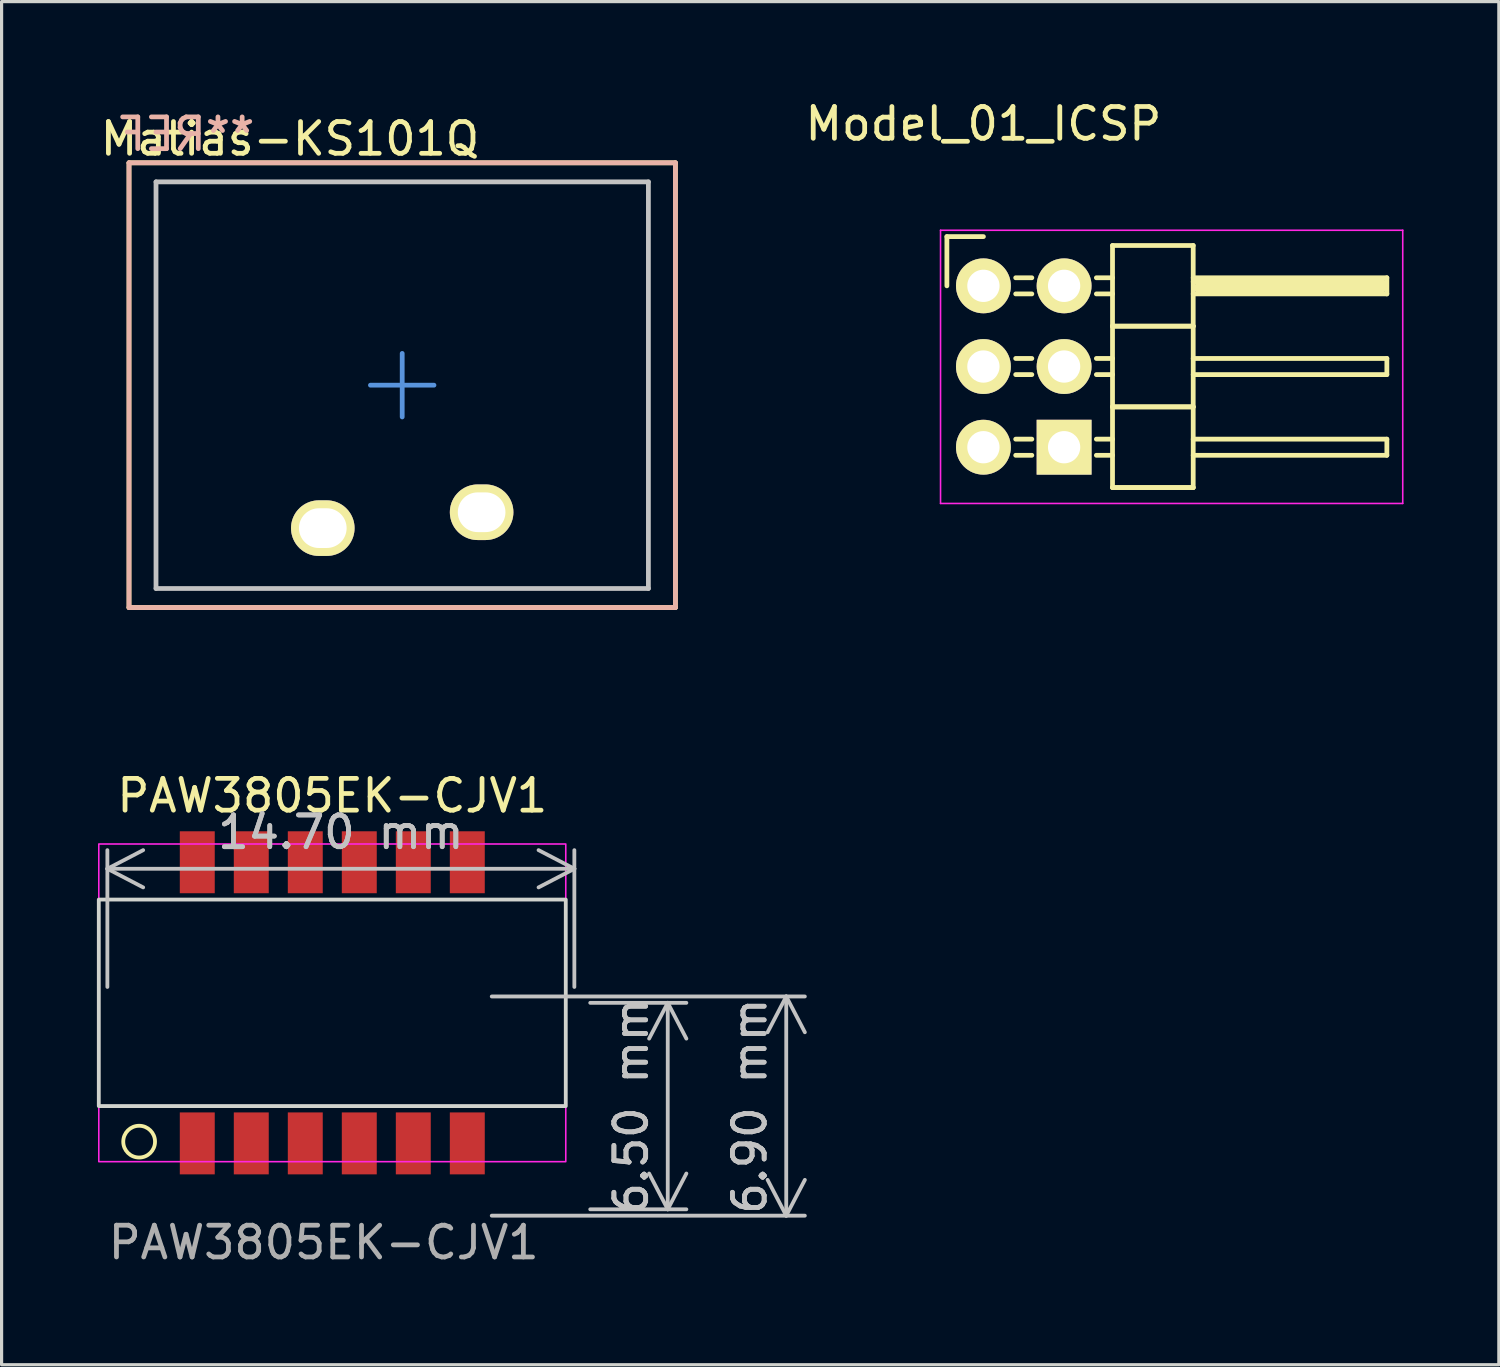
<source format=kicad_pcb>
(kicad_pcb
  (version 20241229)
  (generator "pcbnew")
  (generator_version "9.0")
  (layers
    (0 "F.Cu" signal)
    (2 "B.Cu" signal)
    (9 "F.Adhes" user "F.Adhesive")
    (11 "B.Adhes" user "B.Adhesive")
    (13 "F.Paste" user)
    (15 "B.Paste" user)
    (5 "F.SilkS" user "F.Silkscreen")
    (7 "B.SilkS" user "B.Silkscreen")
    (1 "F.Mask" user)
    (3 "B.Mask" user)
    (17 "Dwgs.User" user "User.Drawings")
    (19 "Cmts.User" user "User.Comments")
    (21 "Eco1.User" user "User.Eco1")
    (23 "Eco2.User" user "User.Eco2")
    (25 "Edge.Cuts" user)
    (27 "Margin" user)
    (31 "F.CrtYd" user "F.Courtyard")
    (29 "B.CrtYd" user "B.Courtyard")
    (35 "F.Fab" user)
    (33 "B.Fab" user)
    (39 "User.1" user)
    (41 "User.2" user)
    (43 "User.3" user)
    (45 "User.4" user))
  (footprint "PAW3805EK-CJV1"
    (layer "F.Cu")
    (at 7.41 28.518)
    (property "Reference" "PAW3805EK-CJV1" (at 0 -6.52 0) (unlocked yes) (layer "F.SilkS") (effects (font (size 1 1) (thickness 0.15))))
    (attr smd)
    (fp_circle (center -6.08 4.37) (end -5.58 4.37) (stroke (width 0.12) (type default)) (fill no) (layer "F.SilkS"))
    (fp_rect (start -7.35 -3.25) (end 7.35 3.25) (stroke (width 0.12) (type default)) (fill no) (layer "Edge.Cuts"))
    (fp_rect (start -7.35 -5) (end 7.35 5) (stroke (width 0.05) (type default)) (fill no) (layer "F.CrtYd"))
    (fp_text user "${REFERENCE}" (at -0.27 7.545 0) (unlocked yes) (layer "F.Fab") (effects (font (size 1 1) (thickness 0.15))))
    (dimension (type aligned) (layer "Dwgs.User") (pts (xy 11.93 28.318) (xy 11.93 35.218)) (height -9.77) (format (prefix "") (suffix "") (units 3) (units_format 1) (precision 2)) (style (thickness 0.12) (arrow_length 1.27) (text_position_mode 0) (arrow_direction outward) (extension_height 0.586) (extension_offset 0.5) (keep_text_aligned yes)) (gr_text "6.90 mm" (at 20.55 31.768 90) (layer "Dwgs.User") (effects (font (size 1 1) (thickness 0.15)))))
    (dimension (type aligned) (layer "Dwgs.User") (pts (xy 15.03 28.518) (xy 0.33 28.518)) (height 4.22) (format (prefix "") (suffix "") (units 3) (units_format 1) (precision 2)) (style (thickness 0.12) (arrow_length 1.27) (text_position_mode 0) (arrow_direction outward) (extension_height 0.586) (extension_offset 0.5) (keep_text_aligned yes)) (gr_text "14.70 mm" (at 7.68 23.148 0) (layer "Dwgs.User") (effects (font (size 1 1) (thickness 0.15)))))
    (dimension (type aligned) (layer "Dwgs.User") (pts (xy 15.03 28.518) (xy 15.03 35.018)) (height -2.94) (format (prefix "") (suffix "") (units 3) (units_format 1) (precision 2)) (style (thickness 0.12) (arrow_length 1.27) (text_position_mode 0) (arrow_direction outward) (extension_height 0.586) (extension_offset 0.5) (keep_text_aligned yes)) (gr_text "6.50 mm" (at 16.82 31.768 90) (layer "Dwgs.User") (effects (font (size 1 1) (thickness 0.15)))))
    (pad "1" smd rect (at -4.25 4.425) (size 1.1 1.95) (layers "F.Cu" "F.Mask" "F.Paste"))
    (pad "2" smd rect (at -2.55 4.425) (size 1.1 1.95) (layers "F.Cu" "F.Mask" "F.Paste"))
    (pad "3" smd rect (at -0.85 4.425) (size 1.1 1.95) (layers "F.Cu" "F.Mask" "F.Paste"))
    (pad "4" smd rect (at 0.85 4.425) (size 1.1 1.95) (layers "F.Cu" "F.Mask" "F.Paste"))
    (pad "5" smd rect (at 2.55 4.425) (size 1.1 1.95) (layers "F.Cu" "F.Mask" "F.Paste"))
    (pad "6" smd rect (at 4.25 4.425) (size 1.1 1.95) (layers "F.Cu" "F.Mask" "F.Paste"))
    (pad "7" smd rect (at 4.25 -4.425) (size 1.1 1.95) (layers "F.Cu" "F.Mask" "F.Paste"))
    (pad "8" smd rect (at 2.55 -4.425) (size 1.1 1.95) (layers "F.Cu" "F.Mask" "F.Paste"))
    (pad "9" smd rect (at 0.85 -4.425) (size 1.1 1.95) (layers "F.Cu" "F.Mask" "F.Paste"))
    (pad "10" smd rect (at -0.85 -4.425) (size 1.1 1.95) (layers "F.Cu" "F.Mask" "F.Paste"))
    (pad "11" smd rect (at -2.55 -4.425) (size 1.1 1.95) (layers "F.Cu" "F.Mask" "F.Paste"))
    (pad "12" smd rect (at -4.25 -4.425) (size 1.1 1.95) (layers "F.Cu" "F.Mask" "F.Paste")))
  (footprint "Matias-KS101Q"
    (layer "F.Cu")
    (at 9.611 9.075)
    (property "Reference" "Matias-KS101Q" (at -3.534 -7.754 180) (layer "F.SilkS") (effects (font (size 1 1) (thickness 0.15))))
    (attr through_hole)
    (fp_line (start -8.6 -7) (end 8.6 -7) (stroke (width 0.15) (type solid)) (layer "F.SilkS"))
    (fp_line (start -8.6 7) (end -8.6 -7) (stroke (width 0.15) (type solid)) (layer "F.SilkS"))
    (fp_line (start 8.6 -7) (end 8.6 7) (stroke (width 0.15) (type solid)) (layer "F.SilkS"))
    (fp_line (start 8.6 7) (end -8.6 7) (stroke (width 0.15) (type solid)) (layer "F.SilkS"))
    (fp_line (start -8.6 -7) (end 8.6 -7) (stroke (width 0.15) (type solid)) (layer "B.SilkS"))
    (fp_line (start -8.6 7) (end -8.6 -7) (stroke (width 0.15) (type solid)) (layer "B.SilkS"))
    (fp_line (start 8.6 -7) (end 8.6 7) (stroke (width 0.15) (type solid)) (layer "B.SilkS"))
    (fp_line (start 8.6 7) (end -8.6 7) (stroke (width 0.15) (type solid)) (layer "B.SilkS"))
    (fp_line (start -7.75 -6.4) (end 7.75 -6.4) (stroke (width 0.15) (type solid)) (layer "Dwgs.User"))
    (fp_line (start -7.75 6.4) (end -7.75 -6.4) (stroke (width 0.15) (type solid)) (layer "Dwgs.User"))
    (fp_line (start 7.75 -6.4) (end 7.75 6.4) (stroke (width 0.15) (type solid)) (layer "Dwgs.User"))
    (fp_line (start 7.75 6.4) (end -7.75 6.4) (stroke (width 0.15) (type solid)) (layer "Dwgs.User"))
    (fp_line (start 0 1) (end 0 -1) (stroke (width 0.15) (type solid)) (layer "Cmts.User"))
    (fp_line (start 1 0) (end -1 0) (stroke (width 0.15) (type solid)) (layer "Cmts.User"))
    (fp_line (start -9.5 9) (end -9.5 -9) (stroke (width 0.15) (type solid)) (layer "Eco1.User"))
    (fp_line (start -9.5 9) (end 9.5 9) (stroke (width 0.15) (type solid)) (layer "Eco1.User"))
    (fp_line (start 9.5 -9) (end -9.5 -9) (stroke (width 0.15) (type solid)) (layer "Eco1.User"))
    (fp_line (start 9.5 -9) (end 9.5 9) (stroke (width 0.15) (type solid)) (layer "Eco1.User"))
    (fp_line (start -6.7 -6.5) (end 6.7 -6.5) (stroke (width 0.15) (type solid)) (layer "Eco2.User"))
    (fp_line (start -6.7 6.5) (end -6.7 -6.5) (stroke (width 0.15) (type solid)) (layer "Eco2.User"))
    (fp_line (start 6.7 -6.5) (end 6.7 6.5) (stroke (width 0.15) (type solid)) (layer "Eco2.User"))
    (fp_line (start 6.7 6.5) (end -6.7 6.5) (stroke (width 0.15) (type solid)) (layer "Eco2.User"))
    (fp_text user "**REF" (at -6.8 -7.9 180) (layer "B.SilkS") (effects (font (size 1 1) (thickness 0.15)) (justify mirror)))
    (pad "1" thru_hole oval (at -2.5 4.5 180) (size 2 1.75) (drill oval 1.5 1.25) (layers "*.Cu" "*.Mask" "F.SilkS"))
    (pad "2" thru_hole oval (at 2.5 4 180) (size 2 1.75) (drill oval 1.5 1.25) (layers "*.Cu" "*.Mask" "F.SilkS")))
  (footprint "Model_01_ICSP"
    (layer "F.Cu")
    (at 27.907 5.948)
    (property "Reference" "Model_01_ICSP" (at 0 -5.1 0) (layer "F.SilkS") (effects (font (size 1 1) (thickness 0.15))))
    (attr through_hole)
    (fp_line (start -1.15 -1.55) (end -1.15 0) (stroke (width 0.15) (type solid)) (layer "F.SilkS"))
    (fp_line (start 0 -1.55) (end -1.15 -1.55) (stroke (width 0.15) (type solid)) (layer "F.SilkS"))
    (fp_line (start 1.524 -0.254) (end 1.016 -0.254) (stroke (width 0.15) (type solid)) (layer "F.SilkS"))
    (fp_line (start 1.524 0.254) (end 1.016 0.254) (stroke (width 0.15) (type solid)) (layer "F.SilkS"))
    (fp_line (start 1.524 2.286) (end 1.016 2.286) (stroke (width 0.15) (type solid)) (layer "F.SilkS"))
    (fp_line (start 1.524 2.794) (end 1.016 2.794) (stroke (width 0.15) (type solid)) (layer "F.SilkS"))
    (fp_line (start 1.524 4.826) (end 1.016 4.826) (stroke (width 0.15) (type solid)) (layer "F.SilkS"))
    (fp_line (start 1.524 5.334) (end 1.016 5.334) (stroke (width 0.15) (type solid)) (layer "F.SilkS"))
    (fp_line (start 4.064 -1.27) (end 4.064 1.27) (stroke (width 0.15) (type solid)) (layer "F.SilkS"))
    (fp_line (start 4.064 -1.27) (end 6.604 -1.27) (stroke (width 0.15) (type solid)) (layer "F.SilkS"))
    (fp_line (start 4.064 -0.254) (end 3.556 -0.254) (stroke (width 0.15) (type solid)) (layer "F.SilkS"))
    (fp_line (start 4.064 0.254) (end 3.556 0.254) (stroke (width 0.15) (type solid)) (layer "F.SilkS"))
    (fp_line (start 4.064 1.27) (end 4.064 3.81) (stroke (width 0.15) (type solid)) (layer "F.SilkS"))
    (fp_line (start 4.064 1.27) (end 6.604 1.27) (stroke (width 0.15) (type solid)) (layer "F.SilkS"))
    (fp_line (start 4.064 1.27) (end 6.604 1.27) (stroke (width 0.15) (type solid)) (layer "F.SilkS"))
    (fp_line (start 4.064 2.286) (end 3.556 2.286) (stroke (width 0.15) (type solid)) (layer "F.SilkS"))
    (fp_line (start 4.064 2.794) (end 3.556 2.794) (stroke (width 0.15) (type solid)) (layer "F.SilkS"))
    (fp_line (start 4.064 3.81) (end 4.064 6.35) (stroke (width 0.15) (type solid)) (layer "F.SilkS"))
    (fp_line (start 4.064 3.81) (end 6.604 3.81) (stroke (width 0.15) (type solid)) (layer "F.SilkS"))
    (fp_line (start 4.064 3.81) (end 6.604 3.81) (stroke (width 0.15) (type solid)) (layer "F.SilkS"))
    (fp_line (start 4.064 4.826) (end 3.556 4.826) (stroke (width 0.15) (type solid)) (layer "F.SilkS"))
    (fp_line (start 4.064 5.334) (end 3.556 5.334) (stroke (width 0.15) (type solid)) (layer "F.SilkS"))
    (fp_line (start 4.064 6.35) (end 6.604 6.35) (stroke (width 0.15) (type solid)) (layer "F.SilkS"))
    (fp_line (start 4.064 6.35) (end 6.604 6.35) (stroke (width 0.15) (type solid)) (layer "F.SilkS"))
    (fp_line (start 6.604 -0.254) (end 12.7 -0.254) (stroke (width 0.15) (type solid)) (layer "F.SilkS"))
    (fp_line (start 6.604 -0.127) (end 12.573 -0.127) (stroke (width 0.15) (type solid)) (layer "F.SilkS"))
    (fp_line (start 6.604 1.27) (end 6.604 -1.27) (stroke (width 0.15) (type solid)) (layer "F.SilkS"))
    (fp_line (start 6.604 2.286) (end 12.7 2.286) (stroke (width 0.15) (type solid)) (layer "F.SilkS"))
    (fp_line (start 6.604 3.81) (end 6.604 1.27) (stroke (width 0.15) (type solid)) (layer "F.SilkS"))
    (fp_line (start 6.604 4.826) (end 12.7 4.826) (stroke (width 0.15) (type solid)) (layer "F.SilkS"))
    (fp_line (start 6.604 6.35) (end 6.604 3.81) (stroke (width 0.15) (type solid)) (layer "F.SilkS"))
    (fp_line (start 6.731 0) (end 12.573 0) (stroke (width 0.15) (type solid)) (layer "F.SilkS"))
    (fp_line (start 6.731 0.127) (end 6.731 0) (stroke (width 0.15) (type solid)) (layer "F.SilkS"))
    (fp_line (start 12.573 -0.127) (end 12.573 0.127) (stroke (width 0.15) (type solid)) (layer "F.SilkS"))
    (fp_line (start 12.573 0.127) (end 6.731 0.127) (stroke (width 0.15) (type solid)) (layer "F.SilkS"))
    (fp_line (start 12.7 -0.254) (end 12.7 0.254) (stroke (width 0.15) (type solid)) (layer "F.SilkS"))
    (fp_line (start 12.7 0.254) (end 6.604 0.254) (stroke (width 0.15) (type solid)) (layer "F.SilkS"))
    (fp_line (start 12.7 2.286) (end 12.7 2.794) (stroke (width 0.15) (type solid)) (layer "F.SilkS"))
    (fp_line (start 12.7 2.794) (end 6.604 2.794) (stroke (width 0.15) (type solid)) (layer "F.SilkS"))
    (fp_line (start 12.7 4.826) (end 12.7 5.334) (stroke (width 0.15) (type solid)) (layer "F.SilkS"))
    (fp_line (start 12.7 5.334) (end 6.604 5.334) (stroke (width 0.15) (type solid)) (layer "F.SilkS"))
    (fp_line (start -1.35 -1.75) (end -1.35 6.85) (stroke (width 0.05) (type solid)) (layer "F.CrtYd"))
    (fp_line (start -1.35 -1.75) (end 13.2 -1.75) (stroke (width 0.05) (type solid)) (layer "F.CrtYd"))
    (fp_line (start -1.35 6.85) (end 13.2 6.85) (stroke (width 0.05) (type solid)) (layer "F.CrtYd"))
    (fp_line (start 13.2 -1.75) (end 13.2 6.85) (stroke (width 0.05) (type solid)) (layer "F.CrtYd"))
    (pad "1" thru_hole rect (at 2.54 5.08) (size 1.727 1.727) (drill 1.016) (layers "*.Cu" "*.Mask" "F.SilkS"))
    (pad "2" thru_hole oval (at 2.54 2.54) (size 1.727 1.727) (drill 1.016) (layers "*.Cu" "*.Mask" "F.SilkS"))
    (pad "3" thru_hole oval (at 2.54 0) (size 1.727 1.727) (drill 1.016) (layers "*.Cu" "*.Mask" "F.SilkS"))
    (pad "4" thru_hole oval (at 0 0) (size 1.727 1.727) (drill 1.016) (layers "*.Cu" "*.Mask" "F.SilkS"))
    (pad "5" thru_hole oval (at 0 2.54) (size 1.727 1.727) (drill 1.016) (layers "*.Cu" "*.Mask" "F.SilkS"))
    (pad "6" thru_hole oval (at 0 5.08) (size 1.727 1.727) (drill 1.016) (layers "*.Cu" "*.Mask" "F.SilkS")))
  (gr_rect
    (start -3 -3)
    (end 44.132 39.911)
    (stroke (width 0.1) (type default))
    (fill no)
    (layer "Edge.Cuts")))
</source>
